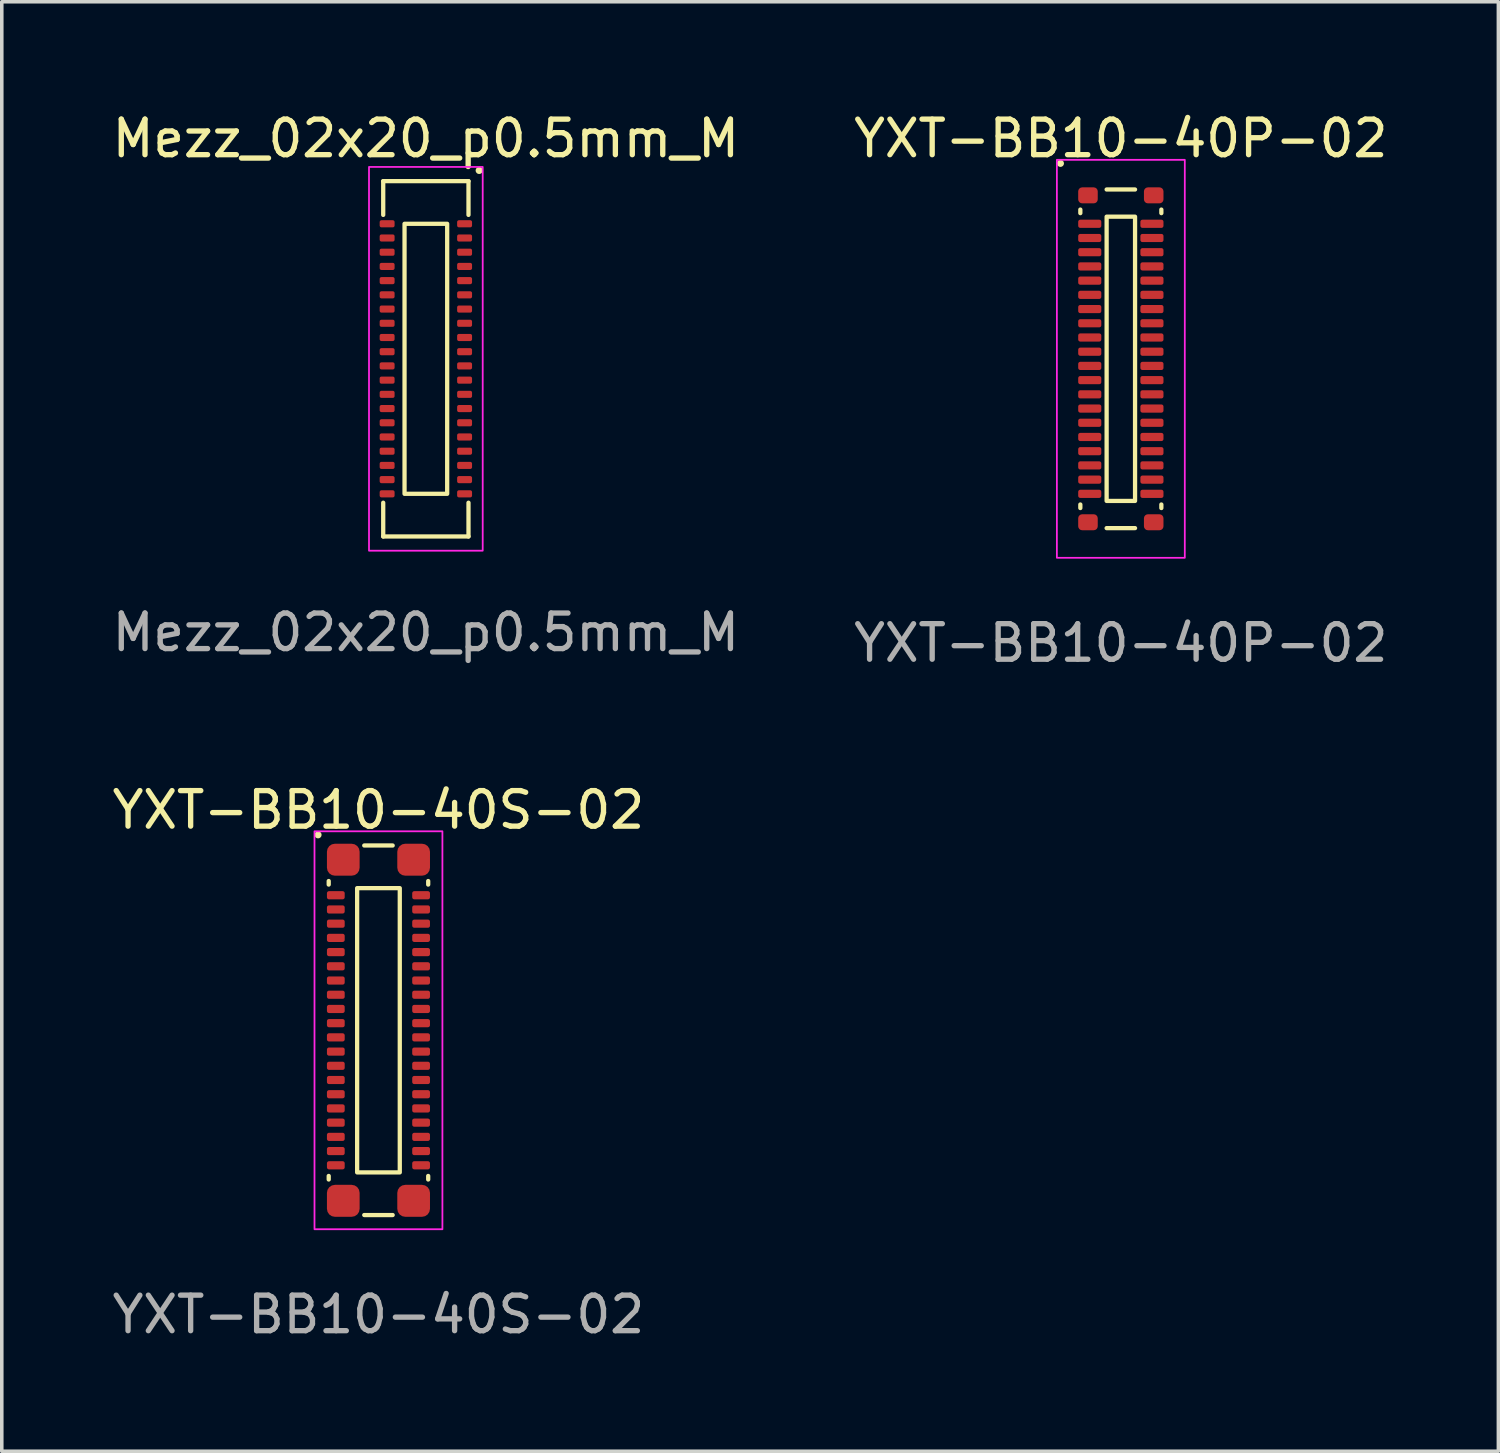
<source format=kicad_pcb>
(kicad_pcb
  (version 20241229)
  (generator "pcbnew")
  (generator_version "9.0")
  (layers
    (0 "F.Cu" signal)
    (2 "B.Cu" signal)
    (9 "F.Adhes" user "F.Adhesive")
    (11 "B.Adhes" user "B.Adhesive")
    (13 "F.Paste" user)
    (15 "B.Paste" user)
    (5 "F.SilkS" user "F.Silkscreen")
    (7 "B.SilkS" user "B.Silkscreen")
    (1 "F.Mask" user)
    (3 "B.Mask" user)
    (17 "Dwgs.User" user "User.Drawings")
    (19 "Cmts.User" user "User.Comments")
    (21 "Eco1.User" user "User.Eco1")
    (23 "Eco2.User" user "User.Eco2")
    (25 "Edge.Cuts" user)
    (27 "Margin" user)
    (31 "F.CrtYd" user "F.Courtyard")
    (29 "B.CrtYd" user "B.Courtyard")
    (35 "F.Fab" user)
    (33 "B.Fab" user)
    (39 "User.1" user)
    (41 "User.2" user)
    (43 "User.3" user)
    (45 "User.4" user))
  (footprint "Mezz_02x20_p0.5mm_M"
    (layer "F.Cu")
    (at 8.935 7.048)
    (property "Reference" "Mezz_02x20_p0.5mm_M" (at 0 -6.2 0) (unlocked yes) (layer "F.SilkS") (effects (font (size 1 1) (thickness 0.15))))
    (attr smd)
    (fp_line (start -1.2 -4.05) (end -1.2 -5) (stroke (width 0.12) (type default)) (layer "F.SilkS"))
    (fp_line (start -1.2 5) (end -1.2 4.05) (stroke (width 0.12) (type default)) (layer "F.SilkS"))
    (fp_line (start 1.2 -5) (end -1.2 -5) (stroke (width 0.12) (type default)) (layer "F.SilkS"))
    (fp_line (start 1.2 -4.05) (end 1.2 -5) (stroke (width 0.12) (type default)) (layer "F.SilkS"))
    (fp_line (start 1.2 5) (end -1.2 5) (stroke (width 0.12) (type default)) (layer "F.SilkS"))
    (fp_line (start 1.2 5) (end 1.2 4.05) (stroke (width 0.12) (type default)) (layer "F.SilkS"))
    (fp_rect (start 0.6 -3.8) (end -0.6 3.8) (stroke (width 0.12) (type default)) (fill no) (layer "F.SilkS"))
    (fp_circle (center 1.5 -5.3) (end 1.6 -5.3) (stroke (width 0) (type solid)) (fill yes) (layer "F.SilkS"))
    (fp_rect (start 1.6 -5.4) (end -1.6 5.4) (stroke (width 0.05) (type default)) (fill no) (layer "F.CrtYd"))
    (fp_text user "${REFERENCE}" (at 0 7.7 0) (unlocked yes) (layer "F.Fab") (effects (font (size 1 1) (thickness 0.15))))
    (pad "1" smd roundrect (at 1.09 -3.8) (size 0.42 0.2) (layers "F.Cu" "F.Mask" "F.Paste") (roundrect_rratio 0.25))
    (pad "2" smd roundrect (at 1.09 -3.4) (size 0.42 0.2) (layers "F.Cu" "F.Mask" "F.Paste") (roundrect_rratio 0.25))
    (pad "3" smd roundrect (at 1.09 -3) (size 0.42 0.2) (layers "F.Cu" "F.Mask" "F.Paste") (roundrect_rratio 0.25))
    (pad "4" smd roundrect (at 1.09 -2.6) (size 0.42 0.2) (layers "F.Cu" "F.Mask" "F.Paste") (roundrect_rratio 0.25))
    (pad "5" smd roundrect (at 1.09 -2.2) (size 0.42 0.2) (layers "F.Cu" "F.Mask" "F.Paste") (roundrect_rratio 0.25))
    (pad "6" smd roundrect (at 1.09 -1.8) (size 0.42 0.2) (layers "F.Cu" "F.Mask" "F.Paste") (roundrect_rratio 0.25))
    (pad "7" smd roundrect (at 1.09 -1.4) (size 0.42 0.2) (layers "F.Cu" "F.Mask" "F.Paste") (roundrect_rratio 0.25))
    (pad "8" smd roundrect (at 1.09 -1) (size 0.42 0.2) (layers "F.Cu" "F.Mask" "F.Paste") (roundrect_rratio 0.25))
    (pad "9" smd roundrect (at 1.09 -0.6) (size 0.42 0.2) (layers "F.Cu" "F.Mask" "F.Paste") (roundrect_rratio 0.25))
    (pad "10" smd roundrect (at 1.09 -0.2) (size 0.42 0.2) (layers "F.Cu" "F.Mask" "F.Paste") (roundrect_rratio 0.25))
    (pad "11" smd roundrect (at 1.09 0.2) (size 0.42 0.2) (layers "F.Cu" "F.Mask" "F.Paste") (roundrect_rratio 0.25))
    (pad "12" smd roundrect (at 1.09 0.6) (size 0.42 0.2) (layers "F.Cu" "F.Mask" "F.Paste") (roundrect_rratio 0.25))
    (pad "13" smd roundrect (at 1.09 1) (size 0.42 0.2) (layers "F.Cu" "F.Mask" "F.Paste") (roundrect_rratio 0.25))
    (pad "14" smd roundrect (at 1.09 1.4) (size 0.42 0.2) (layers "F.Cu" "F.Mask" "F.Paste") (roundrect_rratio 0.25))
    (pad "15" smd roundrect (at 1.09 1.8) (size 0.42 0.2) (layers "F.Cu" "F.Mask" "F.Paste") (roundrect_rratio 0.25))
    (pad "16" smd roundrect (at 1.09 2.2) (size 0.42 0.2) (layers "F.Cu" "F.Mask" "F.Paste") (roundrect_rratio 0.25))
    (pad "17" smd roundrect (at 1.09 2.6) (size 0.42 0.2) (layers "F.Cu" "F.Mask" "F.Paste") (roundrect_rratio 0.25))
    (pad "18" smd roundrect (at 1.09 3) (size 0.42 0.2) (layers "F.Cu" "F.Mask" "F.Paste") (roundrect_rratio 0.25))
    (pad "19" smd roundrect (at 1.09 3.4) (size 0.42 0.2) (layers "F.Cu" "F.Mask" "F.Paste") (roundrect_rratio 0.25))
    (pad "20" smd roundrect (at 1.09 3.8) (size 0.42 0.2) (layers "F.Cu" "F.Mask" "F.Paste") (roundrect_rratio 0.25))
    (pad "21" smd roundrect (at -1.09 3.8) (size 0.42 0.2) (layers "F.Cu" "F.Mask" "F.Paste") (roundrect_rratio 0.25))
    (pad "22" smd roundrect (at -1.09 3.4) (size 0.42 0.2) (layers "F.Cu" "F.Mask" "F.Paste") (roundrect_rratio 0.25))
    (pad "23" smd roundrect (at -1.09 3) (size 0.42 0.2) (layers "F.Cu" "F.Mask" "F.Paste") (roundrect_rratio 0.25))
    (pad "24" smd roundrect (at -1.09 2.6) (size 0.42 0.2) (layers "F.Cu" "F.Mask" "F.Paste") (roundrect_rratio 0.25))
    (pad "25" smd roundrect (at -1.09 2.2) (size 0.42 0.2) (layers "F.Cu" "F.Mask" "F.Paste") (roundrect_rratio 0.25))
    (pad "26" smd roundrect (at -1.09 1.8) (size 0.42 0.2) (layers "F.Cu" "F.Mask" "F.Paste") (roundrect_rratio 0.25))
    (pad "27" smd roundrect (at -1.09 1.4) (size 0.42 0.2) (layers "F.Cu" "F.Mask" "F.Paste") (roundrect_rratio 0.25))
    (pad "28" smd roundrect (at -1.09 1) (size 0.42 0.2) (layers "F.Cu" "F.Mask" "F.Paste") (roundrect_rratio 0.25))
    (pad "30" smd roundrect (at -1.09 0.2) (size 0.42 0.2) (layers "F.Cu" "F.Mask" "F.Paste") (roundrect_rratio 0.25))
    (pad "31" smd roundrect (at -1.09 -0.2) (size 0.42 0.2) (layers "F.Cu" "F.Mask" "F.Paste") (roundrect_rratio 0.25))
    (pad "31" smd roundrect (at -1.09 0.6) (size 0.42 0.2) (layers "F.Cu" "F.Mask" "F.Paste") (roundrect_rratio 0.25))
    (pad "32" smd roundrect (at -1.09 -0.6) (size 0.42 0.2) (layers "F.Cu" "F.Mask" "F.Paste") (roundrect_rratio 0.25))
    (pad "33" smd roundrect (at -1.09 -1) (size 0.42 0.2) (layers "F.Cu" "F.Mask" "F.Paste") (roundrect_rratio 0.25))
    (pad "34" smd roundrect (at -1.09 -1.4) (size 0.42 0.2) (layers "F.Cu" "F.Mask" "F.Paste") (roundrect_rratio 0.25))
    (pad "35" smd roundrect (at -1.09 -1.8) (size 0.42 0.2) (layers "F.Cu" "F.Mask" "F.Paste") (roundrect_rratio 0.25))
    (pad "36" smd roundrect (at -1.09 -2.2) (size 0.42 0.2) (layers "F.Cu" "F.Mask" "F.Paste") (roundrect_rratio 0.25))
    (pad "37" smd roundrect (at -1.09 -2.6) (size 0.42 0.2) (layers "F.Cu" "F.Mask" "F.Paste") (roundrect_rratio 0.25))
    (pad "38" smd roundrect (at -1.09 -3) (size 0.42 0.2) (layers "F.Cu" "F.Mask" "F.Paste") (roundrect_rratio 0.25))
    (pad "39" smd roundrect (at -1.09 -3.4) (size 0.42 0.2) (layers "F.Cu" "F.Mask" "F.Paste") (roundrect_rratio 0.25))
    (pad "40" smd roundrect (at -1.09 -3.8) (size 0.42 0.2) (layers "F.Cu" "F.Mask" "F.Paste") (roundrect_rratio 0.25)))
  (footprint "YXT-BB10-40P-02"
    (layer "F.Cu")
    (at 28.494 7.048)
    (property "Reference" "YXT-BB10-40P-02" (at 0 -6.2 0) (unlocked yes) (layer "F.SilkS") (effects (font (size 1 1) (thickness 0.15))))
    (attr smd)
    (fp_line (start -1.14 -4.1) (end -1.14 -4.2) (stroke (width 0.12) (type default)) (layer "F.SilkS"))
    (fp_line (start -1.14 4.2) (end -1.14 4.1) (stroke (width 0.12) (type default)) (layer "F.SilkS"))
    (fp_line (start -0.4 -4.765) (end 0.4 -4.765) (stroke (width 0.12) (type default)) (layer "F.SilkS"))
    (fp_line (start -0.4 4.765) (end 0.4 4.765) (stroke (width 0.12) (type default)) (layer "F.SilkS"))
    (fp_line (start 1.14 -4.1) (end 1.14 -4.2) (stroke (width 0.12) (type default)) (layer "F.SilkS"))
    (fp_line (start 1.14 4.2) (end 1.14 4.1) (stroke (width 0.12) (type default)) (layer "F.SilkS"))
    (fp_rect (start 0.4 -4) (end -0.4 4) (stroke (width 0.12) (type default)) (fill no) (layer "F.SilkS"))
    (fp_circle (center -1.7 -5.5) (end -1.6 -5.5) (stroke (width 0) (type solid)) (fill yes) (layer "F.SilkS"))
    (fp_rect (start -1.8 -5.6) (end 1.8 5.6) (stroke (width 0.05) (type default)) (fill no) (layer "F.CrtYd"))
    (fp_text user "${REFERENCE}" (at 0 8 0) (unlocked yes) (layer "F.Fab") (effects (font (size 1 1) (thickness 0.15))))
    (pad "" smd roundrect (at -0.925 -4.6) (size 0.55 0.45) (layers "F.Cu" "F.Mask" "F.Paste") (roundrect_rratio 0.25))
    (pad "" smd roundrect (at -0.925 4.6) (size 0.55 0.45) (layers "F.Cu" "F.Mask" "F.Paste") (roundrect_rratio 0.25))
    (pad "" smd roundrect (at 0.925 -4.6) (size 0.55 0.45) (layers "F.Cu" "F.Mask" "F.Paste") (roundrect_rratio 0.25))
    (pad "" smd roundrect (at 0.925 4.6) (size 0.55 0.45) (layers "F.Cu" "F.Mask" "F.Paste") (roundrect_rratio 0.25))
    (pad "1" smd roundrect (at 0.875 -3.8) (size 0.65 0.23) (layers "F.Cu" "F.Mask" "F.Paste") (roundrect_rratio 0.25))
    (pad "2" smd roundrect (at 0.875 -3.4) (size 0.65 0.23) (layers "F.Cu" "F.Mask" "F.Paste") (roundrect_rratio 0.25))
    (pad "3" smd roundrect (at 0.875 -3) (size 0.65 0.23) (layers "F.Cu" "F.Mask" "F.Paste") (roundrect_rratio 0.25))
    (pad "4" smd roundrect (at 0.875 -2.6) (size 0.65 0.23) (layers "F.Cu" "F.Mask" "F.Paste") (roundrect_rratio 0.25))
    (pad "5" smd roundrect (at 0.875 -2.2) (size 0.65 0.23) (layers "F.Cu" "F.Mask" "F.Paste") (roundrect_rratio 0.25))
    (pad "6" smd roundrect (at 0.875 -1.8) (size 0.65 0.23) (layers "F.Cu" "F.Mask" "F.Paste") (roundrect_rratio 0.25))
    (pad "7" smd roundrect (at 0.875 -1.4) (size 0.65 0.23) (layers "F.Cu" "F.Mask" "F.Paste") (roundrect_rratio 0.25))
    (pad "8" smd roundrect (at 0.875 -1) (size 0.65 0.23) (layers "F.Cu" "F.Mask" "F.Paste") (roundrect_rratio 0.25))
    (pad "9" smd roundrect (at 0.875 -0.6) (size 0.65 0.23) (layers "F.Cu" "F.Mask" "F.Paste") (roundrect_rratio 0.25))
    (pad "10" smd roundrect (at 0.875 -0.2) (size 0.65 0.23) (layers "F.Cu" "F.Mask" "F.Paste") (roundrect_rratio 0.25))
    (pad "11" smd roundrect (at 0.875 0.2) (size 0.65 0.23) (layers "F.Cu" "F.Mask" "F.Paste") (roundrect_rratio 0.25))
    (pad "12" smd roundrect (at 0.875 0.6) (size 0.65 0.23) (layers "F.Cu" "F.Mask" "F.Paste") (roundrect_rratio 0.25))
    (pad "13" smd roundrect (at 0.875 1) (size 0.65 0.23) (layers "F.Cu" "F.Mask" "F.Paste") (roundrect_rratio 0.25))
    (pad "14" smd roundrect (at 0.875 1.4) (size 0.65 0.23) (layers "F.Cu" "F.Mask" "F.Paste") (roundrect_rratio 0.25))
    (pad "15" smd roundrect (at 0.875 1.8) (size 0.65 0.23) (layers "F.Cu" "F.Mask" "F.Paste") (roundrect_rratio 0.25))
    (pad "16" smd roundrect (at 0.875 2.2) (size 0.65 0.23) (layers "F.Cu" "F.Mask" "F.Paste") (roundrect_rratio 0.25))
    (pad "17" smd roundrect (at 0.875 2.6) (size 0.65 0.23) (layers "F.Cu" "F.Mask" "F.Paste") (roundrect_rratio 0.25))
    (pad "18" smd roundrect (at 0.875 3) (size 0.65 0.23) (layers "F.Cu" "F.Mask" "F.Paste") (roundrect_rratio 0.25))
    (pad "19" smd roundrect (at 0.875 3.4) (size 0.65 0.23) (layers "F.Cu" "F.Mask" "F.Paste") (roundrect_rratio 0.25))
    (pad "20" smd roundrect (at 0.875 3.8) (size 0.65 0.23) (layers "F.Cu" "F.Mask" "F.Paste") (roundrect_rratio 0.25))
    (pad "21" smd roundrect (at -0.875 3.8) (size 0.65 0.23) (layers "F.Cu" "F.Mask" "F.Paste") (roundrect_rratio 0.25))
    (pad "22" smd roundrect (at -0.875 3.4) (size 0.65 0.23) (layers "F.Cu" "F.Mask" "F.Paste") (roundrect_rratio 0.25))
    (pad "23" smd roundrect (at -0.875 3) (size 0.65 0.23) (layers "F.Cu" "F.Mask" "F.Paste") (roundrect_rratio 0.25))
    (pad "24" smd roundrect (at -0.875 2.6) (size 0.65 0.23) (layers "F.Cu" "F.Mask" "F.Paste") (roundrect_rratio 0.25))
    (pad "25" smd roundrect (at -0.875 2.2) (size 0.65 0.23) (layers "F.Cu" "F.Mask" "F.Paste") (roundrect_rratio 0.25))
    (pad "26" smd roundrect (at -0.875 1.8) (size 0.65 0.23) (layers "F.Cu" "F.Mask" "F.Paste") (roundrect_rratio 0.25))
    (pad "27" smd roundrect (at -0.875 1.4) (size 0.65 0.23) (layers "F.Cu" "F.Mask" "F.Paste") (roundrect_rratio 0.25))
    (pad "28" smd roundrect (at -0.875 1) (size 0.65 0.23) (layers "F.Cu" "F.Mask" "F.Paste") (roundrect_rratio 0.25))
    (pad "29" smd roundrect (at -0.875 0.6) (size 0.65 0.23) (layers "F.Cu" "F.Mask" "F.Paste") (roundrect_rratio 0.25))
    (pad "30" smd roundrect (at -0.875 0.2) (size 0.65 0.23) (layers "F.Cu" "F.Mask" "F.Paste") (roundrect_rratio 0.25))
    (pad "31" smd roundrect (at -0.875 -0.2) (size 0.65 0.23) (layers "F.Cu" "F.Mask" "F.Paste") (roundrect_rratio 0.25))
    (pad "32" smd roundrect (at -0.875 -0.6) (size 0.65 0.23) (layers "F.Cu" "F.Mask" "F.Paste") (roundrect_rratio 0.25))
    (pad "33" smd roundrect (at -0.875 -1) (size 0.65 0.23) (layers "F.Cu" "F.Mask" "F.Paste") (roundrect_rratio 0.25))
    (pad "34" smd roundrect (at -0.875 -1.4) (size 0.65 0.23) (layers "F.Cu" "F.Mask" "F.Paste") (roundrect_rratio 0.25))
    (pad "35" smd roundrect (at -0.875 -1.8) (size 0.65 0.23) (layers "F.Cu" "F.Mask" "F.Paste") (roundrect_rratio 0.25))
    (pad "36" smd roundrect (at -0.875 -2.2) (size 0.65 0.23) (layers "F.Cu" "F.Mask" "F.Paste") (roundrect_rratio 0.25))
    (pad "37" smd roundrect (at -0.875 -2.6) (size 0.65 0.23) (layers "F.Cu" "F.Mask" "F.Paste") (roundrect_rratio 0.25))
    (pad "38" smd roundrect (at -0.875 -3) (size 0.65 0.23) (layers "F.Cu" "F.Mask" "F.Paste") (roundrect_rratio 0.25))
    (pad "39" smd roundrect (at -0.875 -3.4) (size 0.65 0.23) (layers "F.Cu" "F.Mask" "F.Paste") (roundrect_rratio 0.25))
    (pad "40" smd roundrect (at -0.875 -3.8) (size 0.65 0.23) (layers "F.Cu" "F.Mask" "F.Paste") (roundrect_rratio 0.25)))
  (footprint "YXT-BB10-40S-02"
    (layer "F.Cu")
    (at 7.601 25.945)
    (property "Reference" "YXT-BB10-40S-02" (at 0 -6.2 0) (unlocked yes) (layer "F.SilkS") (effects (font (size 1 1) (thickness 0.15))))
    (attr smd)
    (fp_line (start -1.4 -4.1) (end -1.4 -4.2) (stroke (width 0.12) (type default)) (layer "F.SilkS"))
    (fp_line (start -1.4 4.2) (end -1.4 4.1) (stroke (width 0.12) (type default)) (layer "F.SilkS"))
    (fp_line (start -0.4 -5.2) (end 0.4 -5.2) (stroke (width 0.12) (type default)) (layer "F.SilkS"))
    (fp_line (start -0.4 5.2) (end 0.4 5.2) (stroke (width 0.12) (type default)) (layer "F.SilkS"))
    (fp_line (start 1.4 -4.1) (end 1.4 -4.2) (stroke (width 0.12) (type default)) (layer "F.SilkS"))
    (fp_line (start 1.4 4.2) (end 1.4 4.1) (stroke (width 0.12) (type default)) (layer "F.SilkS"))
    (fp_rect (start 0.6 -4) (end -0.6 4) (stroke (width 0.12) (type default)) (fill no) (layer "F.SilkS"))
    (fp_circle (center -1.7 -5.5) (end -1.6 -5.5) (stroke (width 0) (type solid)) (fill yes) (layer "F.SilkS"))
    (fp_rect (start -1.8 -5.6) (end 1.8 5.6) (stroke (width 0.05) (type default)) (fill no) (layer "F.CrtYd"))
    (fp_text user "${REFERENCE}" (at 0 8 0) (unlocked yes) (layer "F.Fab") (effects (font (size 1 1) (thickness 0.15))))
    (pad "" smd roundrect (at -0.99 -4.8) (size 0.92 0.9) (layers "F.Cu" "F.Mask" "F.Paste") (roundrect_rratio 0.25))
    (pad "" smd roundrect (at -0.99 4.8) (size 0.92 0.9) (layers "F.Cu" "F.Mask" "F.Paste") (roundrect_rratio 0.25))
    (pad "" smd roundrect (at 0.99 -4.8) (size 0.92 0.9) (layers "F.Cu" "F.Mask" "F.Paste") (roundrect_rratio 0.25))
    (pad "" smd roundrect (at 0.99 4.8) (size 0.92 0.9) (layers "F.Cu" "F.Mask" "F.Paste") (roundrect_rratio 0.25))
    (pad "1" smd roundrect (at -1.2 -3.8) (size 0.5 0.23) (layers "F.Cu" "F.Mask" "F.Paste") (roundrect_rratio 0.25))
    (pad "2" smd roundrect (at -1.2 -3.4) (size 0.5 0.23) (layers "F.Cu" "F.Mask" "F.Paste") (roundrect_rratio 0.25))
    (pad "3" smd roundrect (at -1.2 -3) (size 0.5 0.23) (layers "F.Cu" "F.Mask" "F.Paste") (roundrect_rratio 0.25))
    (pad "4" smd roundrect (at -1.2 -2.6) (size 0.5 0.23) (layers "F.Cu" "F.Mask" "F.Paste") (roundrect_rratio 0.25))
    (pad "5" smd roundrect (at -1.2 -2.2) (size 0.5 0.23) (layers "F.Cu" "F.Mask" "F.Paste") (roundrect_rratio 0.25))
    (pad "6" smd roundrect (at -1.2 -1.8) (size 0.5 0.23) (layers "F.Cu" "F.Mask" "F.Paste") (roundrect_rratio 0.25))
    (pad "7" smd roundrect (at -1.2 -1.4) (size 0.5 0.23) (layers "F.Cu" "F.Mask" "F.Paste") (roundrect_rratio 0.25))
    (pad "8" smd roundrect (at -1.2 -1) (size 0.5 0.23) (layers "F.Cu" "F.Mask" "F.Paste") (roundrect_rratio 0.25))
    (pad "9" smd roundrect (at -1.2 -0.6) (size 0.5 0.23) (layers "F.Cu" "F.Mask" "F.Paste") (roundrect_rratio 0.25))
    (pad "10" smd roundrect (at -1.2 -0.2) (size 0.5 0.23) (layers "F.Cu" "F.Mask" "F.Paste") (roundrect_rratio 0.25))
    (pad "11" smd roundrect (at -1.2 0.2) (size 0.5 0.23) (layers "F.Cu" "F.Mask" "F.Paste") (roundrect_rratio 0.25))
    (pad "12" smd roundrect (at -1.2 0.6) (size 0.5 0.23) (layers "F.Cu" "F.Mask" "F.Paste") (roundrect_rratio 0.25))
    (pad "13" smd roundrect (at -1.2 1) (size 0.5 0.23) (layers "F.Cu" "F.Mask" "F.Paste") (roundrect_rratio 0.25))
    (pad "14" smd roundrect (at -1.2 1.4) (size 0.5 0.23) (layers "F.Cu" "F.Mask" "F.Paste") (roundrect_rratio 0.25))
    (pad "15" smd roundrect (at -1.2 1.8) (size 0.5 0.23) (layers "F.Cu" "F.Mask" "F.Paste") (roundrect_rratio 0.25))
    (pad "16" smd roundrect (at -1.2 2.2) (size 0.5 0.23) (layers "F.Cu" "F.Mask" "F.Paste") (roundrect_rratio 0.25))
    (pad "17" smd roundrect (at -1.2 2.6) (size 0.5 0.23) (layers "F.Cu" "F.Mask" "F.Paste") (roundrect_rratio 0.25))
    (pad "18" smd roundrect (at -1.2 3) (size 0.5 0.23) (layers "F.Cu" "F.Mask" "F.Paste") (roundrect_rratio 0.25))
    (pad "19" smd roundrect (at -1.2 3.4) (size 0.5 0.23) (layers "F.Cu" "F.Mask" "F.Paste") (roundrect_rratio 0.25))
    (pad "20" smd roundrect (at -1.2 3.8) (size 0.5 0.23) (layers "F.Cu" "F.Mask" "F.Paste") (roundrect_rratio 0.25))
    (pad "21" smd roundrect (at 1.2 3.8) (size 0.5 0.23) (layers "F.Cu" "F.Mask" "F.Paste") (roundrect_rratio 0.25))
    (pad "22" smd roundrect (at 1.2 3.4) (size 0.5 0.23) (layers "F.Cu" "F.Mask" "F.Paste") (roundrect_rratio 0.25))
    (pad "23" smd roundrect (at 1.2 3) (size 0.5 0.23) (layers "F.Cu" "F.Mask" "F.Paste") (roundrect_rratio 0.25))
    (pad "24" smd roundrect (at 1.2 2.6) (size 0.5 0.23) (layers "F.Cu" "F.Mask" "F.Paste") (roundrect_rratio 0.25))
    (pad "25" smd roundrect (at 1.2 2.2) (size 0.5 0.23) (layers "F.Cu" "F.Mask" "F.Paste") (roundrect_rratio 0.25))
    (pad "26" smd roundrect (at 1.2 1.8) (size 0.5 0.23) (layers "F.Cu" "F.Mask" "F.Paste") (roundrect_rratio 0.25))
    (pad "27" smd roundrect (at 1.2 1.4) (size 0.5 0.23) (layers "F.Cu" "F.Mask" "F.Paste") (roundrect_rratio 0.25))
    (pad "28" smd roundrect (at 1.2 1) (size 0.5 0.23) (layers "F.Cu" "F.Mask" "F.Paste") (roundrect_rratio 0.25))
    (pad "29" smd roundrect (at 1.2 0.6) (size 0.5 0.23) (layers "F.Cu" "F.Mask" "F.Paste") (roundrect_rratio 0.25))
    (pad "30" smd roundrect (at 1.2 0.2) (size 0.5 0.23) (layers "F.Cu" "F.Mask" "F.Paste") (roundrect_rratio 0.25))
    (pad "31" smd roundrect (at 1.2 -0.2) (size 0.5 0.23) (layers "F.Cu" "F.Mask" "F.Paste") (roundrect_rratio 0.25))
    (pad "32" smd roundrect (at 1.2 -0.6) (size 0.5 0.23) (layers "F.Cu" "F.Mask" "F.Paste") (roundrect_rratio 0.25))
    (pad "33" smd roundrect (at 1.2 -1) (size 0.5 0.23) (layers "F.Cu" "F.Mask" "F.Paste") (roundrect_rratio 0.25))
    (pad "34" smd roundrect (at 1.2 -1.4) (size 0.5 0.23) (layers "F.Cu" "F.Mask" "F.Paste") (roundrect_rratio 0.25))
    (pad "35" smd roundrect (at 1.2 -1.8) (size 0.5 0.23) (layers "F.Cu" "F.Mask" "F.Paste") (roundrect_rratio 0.25))
    (pad "36" smd roundrect (at 1.2 -2.2) (size 0.5 0.23) (layers "F.Cu" "F.Mask" "F.Paste") (roundrect_rratio 0.25))
    (pad "37" smd roundrect (at 1.2 -2.6) (size 0.5 0.23) (layers "F.Cu" "F.Mask" "F.Paste") (roundrect_rratio 0.25))
    (pad "38" smd roundrect (at 1.2 -3) (size 0.5 0.23) (layers "F.Cu" "F.Mask" "F.Paste") (roundrect_rratio 0.25))
    (pad "39" smd roundrect (at 1.2 -3.4) (size 0.5 0.23) (layers "F.Cu" "F.Mask" "F.Paste") (roundrect_rratio 0.25))
    (pad "40" smd roundrect (at 1.2 -3.8) (size 0.5 0.23) (layers "F.Cu" "F.Mask" "F.Paste") (roundrect_rratio 0.25)))
  (gr_rect
    (start -3 -3)
    (end 39.119 37.793)
    (stroke (width 0.1) (type default))
    (fill no)
    (layer "Edge.Cuts")))
</source>
